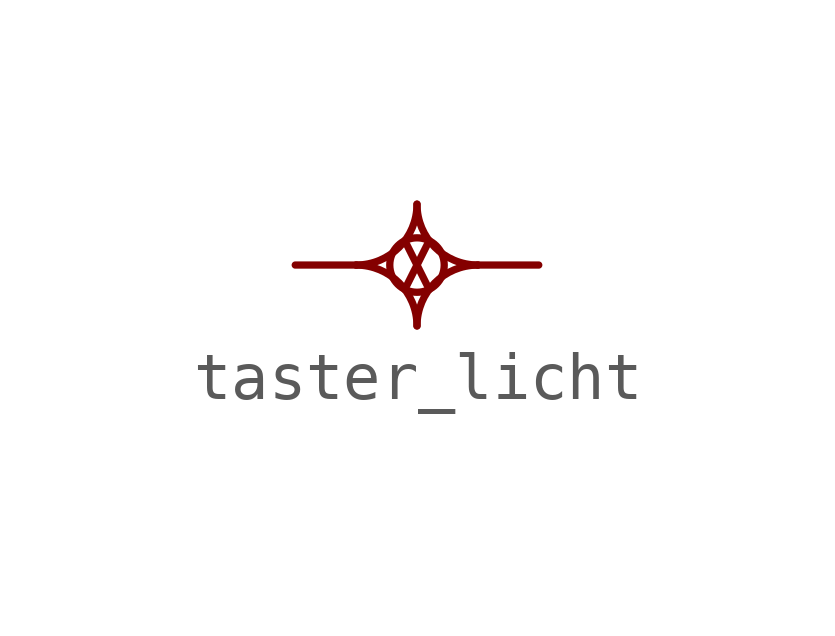
<source format=kicad_sym>
(kicad_symbol_lib
  (version 20211014)
  (generator kicad_symbol_editor)
  (symbol "taster_licht"
    (pin_numbers hide)
    (pin_names
      (offset 0) hide)
    (property "Reference" "U"
      (at -2.54 2.54 0)
      (effects (font (size 1.27 1.27)) hide))
    (symbol "taster_licht_0_0"
      (polyline (pts (xy 2.286 0.508) (xy 2.794 -0.508)) (stroke (width 0) (type default) (color 0 0 0 0)) (fill (type none)))
      (polyline (pts (xy 2.794 0.508) (xy 2.286 -0.508)) (stroke (width 0) (type default) (color 0 0 0 0)) (fill (type none)))
      (arc (start 1.27 0) (mid 3.438 -0.898) (end 2.54 1.27) (stroke (width 0) (type default) (color 0 0 0 0)) (fill (type none)))
      (arc (start 2.54 -1.27) (mid 3.438 0.898) (end 1.27 0) (stroke (width 0) (type default) (color 0 0 0 0)) (fill (type none)))
      (circle (center 2.54 0) (radius 0.568) (stroke (width 0) (type default) (color 0 0 0 0)) (fill (type none)))
      (arc (start 2.54 1.27) (mid 1.642 -0.898) (end 3.81 0) (stroke (width 0) (type default) (color 0 0 0 0)) (fill (type none)))
      (arc (start 3.81 0) (mid 1.642 0.898) (end 2.54 -1.27) (stroke (width 0) (type default) (color 0 0 0 0)) (fill (type none))))
    (symbol "taster_licht_1_1"
      (pin passive line (at 0 0 0) (length 1.27) (name "2" (effects (font (size 1.27 1.27)))) (number "2" (effects (font (size 1.27 1.27)))))
      (pin passive line (at 5.08 0 180) (length 1.27) (name "2" (effects (font (size 1.27 1.27)))) (number "2" (effects (font (size 1.27 1.27))))))))
</source>
